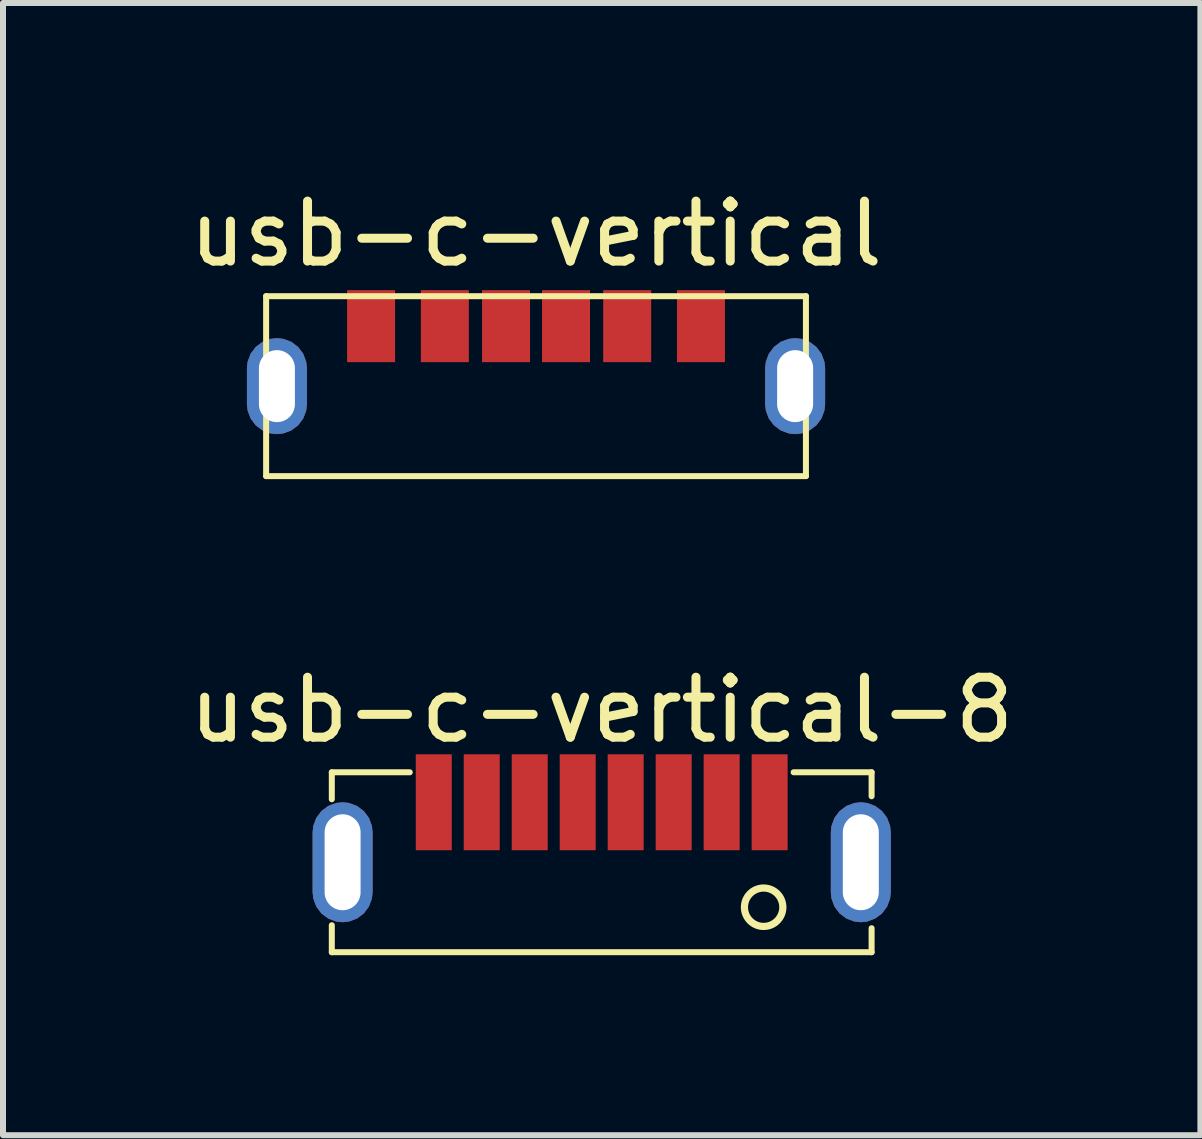
<source format=kicad_pcb>
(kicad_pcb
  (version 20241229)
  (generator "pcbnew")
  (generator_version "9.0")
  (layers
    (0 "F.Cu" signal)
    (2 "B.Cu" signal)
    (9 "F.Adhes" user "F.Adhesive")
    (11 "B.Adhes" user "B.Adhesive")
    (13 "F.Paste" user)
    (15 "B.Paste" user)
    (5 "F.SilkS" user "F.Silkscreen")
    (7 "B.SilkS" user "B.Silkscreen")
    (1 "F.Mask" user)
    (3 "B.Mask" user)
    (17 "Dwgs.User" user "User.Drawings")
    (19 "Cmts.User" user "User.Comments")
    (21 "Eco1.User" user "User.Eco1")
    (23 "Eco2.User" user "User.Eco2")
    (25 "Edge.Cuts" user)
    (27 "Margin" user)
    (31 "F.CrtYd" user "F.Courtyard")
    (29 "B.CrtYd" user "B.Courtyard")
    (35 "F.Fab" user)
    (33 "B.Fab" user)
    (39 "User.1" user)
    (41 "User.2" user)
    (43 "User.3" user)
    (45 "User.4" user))
  (footprint "usb-c-vertical"
    (layer "F.Cu")
    (at 5.887 3.388)
    (property "Reference" "usb-c-vertical" (at 0 -2.54 0) (layer "F.SilkS") (effects (font (size 1 1) (thickness 0.15))))
    (attr through_hole)
    (fp_line (start -4.5 -1.5) (end -4.5 1.5) (stroke (width 0.1) (type solid)) (layer "F.SilkS"))
    (fp_line (start -4.5 -1.5) (end 4.5 -1.5) (stroke (width 0.1) (type solid)) (layer "F.SilkS"))
    (fp_line (start 4.5 -1.5) (end 4.5 1.5) (stroke (width 0.1) (type solid)) (layer "F.SilkS"))
    (fp_line (start 4.5 1.5) (end -4.5 1.5) (stroke (width 0.1) (type solid)) (layer "F.SilkS"))
    (pad "A1" smd rect (at -2.75 -1) (size 0.8 1.2) (layers "F.Cu" "F.Mask" "F.Paste"))
    (pad "A1" smd rect (at 2.75 -1) (size 0.8 1.2) (layers "F.Cu" "F.Mask" "F.Paste"))
    (pad "A4" smd rect (at -1.52 -1) (size 0.8 1.2) (layers "F.Cu" "F.Mask" "F.Paste"))
    (pad "A4" smd rect (at 1.52 -1) (size 0.8 1.2) (layers "F.Cu" "F.Mask" "F.Paste"))
    (pad "A5" smd rect (at -0.5 -1) (size 0.8 1.2) (layers "F.Cu" "F.Mask" "F.Paste"))
    (pad "B5" smd rect (at 0.5 -1) (size 0.8 1.2) (layers "F.Cu" "F.Mask" "F.Paste"))
    (pad "S1" thru_hole roundrect (at -4.32 0) (size 1 1.6) (drill oval 0.6 1.2) (layers "*.Cu" "*.Mask") (roundrect_rratio 0.5))
    (pad "S1" thru_hole roundrect (at 4.32 0) (size 1 1.6) (drill oval 0.6 1.2) (layers "*.Cu" "*.Mask") (roundrect_rratio 0.5)))
  (footprint "usb-c-vertical-8"
    (layer "F.Cu")
    (at 6.982 11.326)
    (property "Reference" "usb-c-vertical-8" (at 0 -2.54 0) (layer "F.SilkS") (effects (font (size 1 1) (thickness 0.15))))
    (attr through_hole)
    (fp_line (start -4.5 -1.5) (end -4.5 -1.05) (stroke (width 0.1) (type solid)) (layer "F.SilkS"))
    (fp_line (start -4.5 -1.5) (end -3.2 -1.5) (stroke (width 0.1) (type solid)) (layer "F.SilkS"))
    (fp_line (start -4.5 1.05) (end -4.5 1.5) (stroke (width 0.1) (type solid)) (layer "F.SilkS"))
    (fp_line (start 4.5 -1.5) (end 3.2 -1.5) (stroke (width 0.1) (type solid)) (layer "F.SilkS"))
    (fp_line (start 4.5 -1.5) (end 4.5 -1.1) (stroke (width 0.1) (type solid)) (layer "F.SilkS"))
    (fp_line (start 4.5 1.5) (end -4.5 1.5) (stroke (width 0.1) (type solid)) (layer "F.SilkS"))
    (fp_line (start 4.5 1.5) (end 4.5 1.1) (stroke (width 0.1) (type solid)) (layer "F.SilkS"))
    (fp_circle (center 2.7 0.75) (end 2.95 0.95) (stroke (width 0.12) (type solid)) (fill no) (layer "F.SilkS"))
    (pad "A1" smd rect (at -2.8 -1) (size 0.6 1.6) (layers "F.Cu" "F.Mask" "F.Paste"))
    (pad "A1" smd rect (at 2.8 -1) (size 0.6 1.6) (layers "F.Cu" "F.Mask" "F.Paste"))
    (pad "A4" smd rect (at -2 -1) (size 0.6 1.6) (layers "F.Cu" "F.Mask" "F.Paste"))
    (pad "A4" smd rect (at 2 -1) (size 0.6 1.6) (layers "F.Cu" "F.Mask" "F.Paste"))
    (pad "A5" smd rect (at 1.2 -1) (size 0.6 1.6) (layers "F.Cu" "F.Mask" "F.Paste"))
    (pad "A8" smd rect (at -1.2 -1) (size 0.6 1.6) (layers "F.Cu" "F.Mask" "F.Paste"))
    (pad "B6" smd rect (at -0.4 -1) (size 0.6 1.6) (layers "F.Cu" "F.Mask" "F.Paste"))
    (pad "B7" smd rect (at 0.4 -1) (size 0.6 1.6) (layers "F.Cu" "F.Mask" "F.Paste"))
    (pad "S1" thru_hole roundrect (at -4.32 0) (size 1 2) (drill oval 0.6 1.6) (layers "*.Cu" "*.Mask") (roundrect_rratio 0.5))
    (pad "S1" thru_hole roundrect (at 4.32 0) (size 1 2) (drill oval 0.6 1.6) (layers "*.Cu" "*.Mask") (roundrect_rratio 0.5)))
  (gr_rect
    (start -3 -3)
    (end 16.964 15.877)
    (stroke (width 0.1) (type default))
    (fill no)
    (layer "Edge.Cuts")))
</source>
